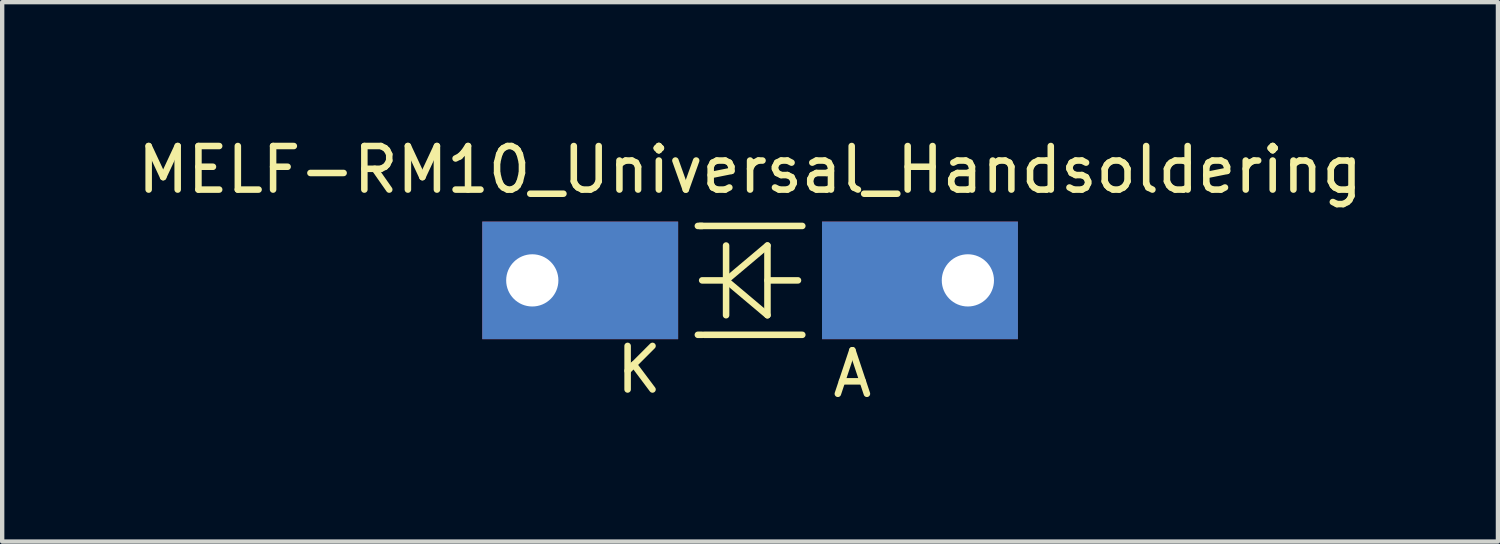
<source format=kicad_pcb>
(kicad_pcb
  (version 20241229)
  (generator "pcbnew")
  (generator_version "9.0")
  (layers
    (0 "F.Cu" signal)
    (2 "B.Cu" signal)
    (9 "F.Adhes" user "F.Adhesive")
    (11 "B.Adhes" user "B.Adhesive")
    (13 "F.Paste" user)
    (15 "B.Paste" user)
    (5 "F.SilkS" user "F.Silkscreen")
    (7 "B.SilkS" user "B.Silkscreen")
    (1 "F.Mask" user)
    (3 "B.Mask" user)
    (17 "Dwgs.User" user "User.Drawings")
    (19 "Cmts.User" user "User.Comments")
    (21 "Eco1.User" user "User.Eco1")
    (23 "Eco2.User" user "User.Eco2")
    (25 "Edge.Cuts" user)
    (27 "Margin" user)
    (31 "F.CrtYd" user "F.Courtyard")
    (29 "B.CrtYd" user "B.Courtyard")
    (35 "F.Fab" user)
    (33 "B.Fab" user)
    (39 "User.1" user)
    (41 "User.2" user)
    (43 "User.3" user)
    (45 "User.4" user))
  (footprint "MELF-RM10_Universal_Handsoldering"
    (layer "F.Cu")
    (at 14.173 3.388)
    (property "Reference" "MELF-RM10_Universal_Handsoldering" (at 0 -2.54 0) (layer "F.SilkS") (effects (font (size 1 1) (thickness 0.15))))
    (attr through_hole)
    (fp_line (start -1.1 -1.25) (end -1.199 -1.25) (stroke (width 0.15) (type solid)) (layer "F.SilkS"))
    (fp_line (start -1.1 1.25) (end -1.199 1.25) (stroke (width 0.15) (type solid)) (layer "F.SilkS"))
    (fp_line (start -0.551 0) (end -1.1 0) (stroke (width 0.15) (type solid)) (layer "F.SilkS"))
    (fp_line (start -0.551 0) (end -0.551 -0.8) (stroke (width 0.15) (type solid)) (layer "F.SilkS"))
    (fp_line (start -0.551 0) (end -0.551 0.8) (stroke (width 0.15) (type solid)) (layer "F.SilkS"))
    (fp_line (start -0.551 0) (end 0.399 -0.8) (stroke (width 0.15) (type solid)) (layer "F.SilkS"))
    (fp_line (start 0.399 -0.8) (end 0.399 0.8) (stroke (width 0.15) (type solid)) (layer "F.SilkS"))
    (fp_line (start 0.399 0) (end 1.1 0) (stroke (width 0.15) (type solid)) (layer "F.SilkS"))
    (fp_line (start 0.399 0.8) (end -0.551 0) (stroke (width 0.15) (type solid)) (layer "F.SilkS"))
    (fp_line (start 1.199 -1.25) (end -1.151 -1.25) (stroke (width 0.15) (type solid)) (layer "F.SilkS"))
    (fp_line (start 1.199 1.25) (end -1.049 1.25) (stroke (width 0.15) (type solid)) (layer "F.SilkS"))
    (fp_text user "K" (at -2.55 2.05 0) (layer "F.SilkS") (effects (font (size 1 1) (thickness 0.15))))
    (fp_text user "A" (at 2.349 2.149 0) (layer "F.SilkS") (effects (font (size 1 1) (thickness 0.15))))
    (pad "1" thru_hole rect (at -5.001 0) (size 4.498 2.7) (drill 1.199 (offset 1.1 0)) (layers "*.Cu" "*.Mask"))
    (pad "2" thru_hole rect (at 5.001 0 180) (size 4.498 2.7) (drill 1.199 (offset 1.1 0)) (layers "*.Cu" "*.Mask")))
  (gr_rect
    (start -3 -3)
    (end 31.345 9.385)
    (stroke (width 0.1) (type default))
    (fill no)
    (layer "Edge.Cuts")))
</source>
